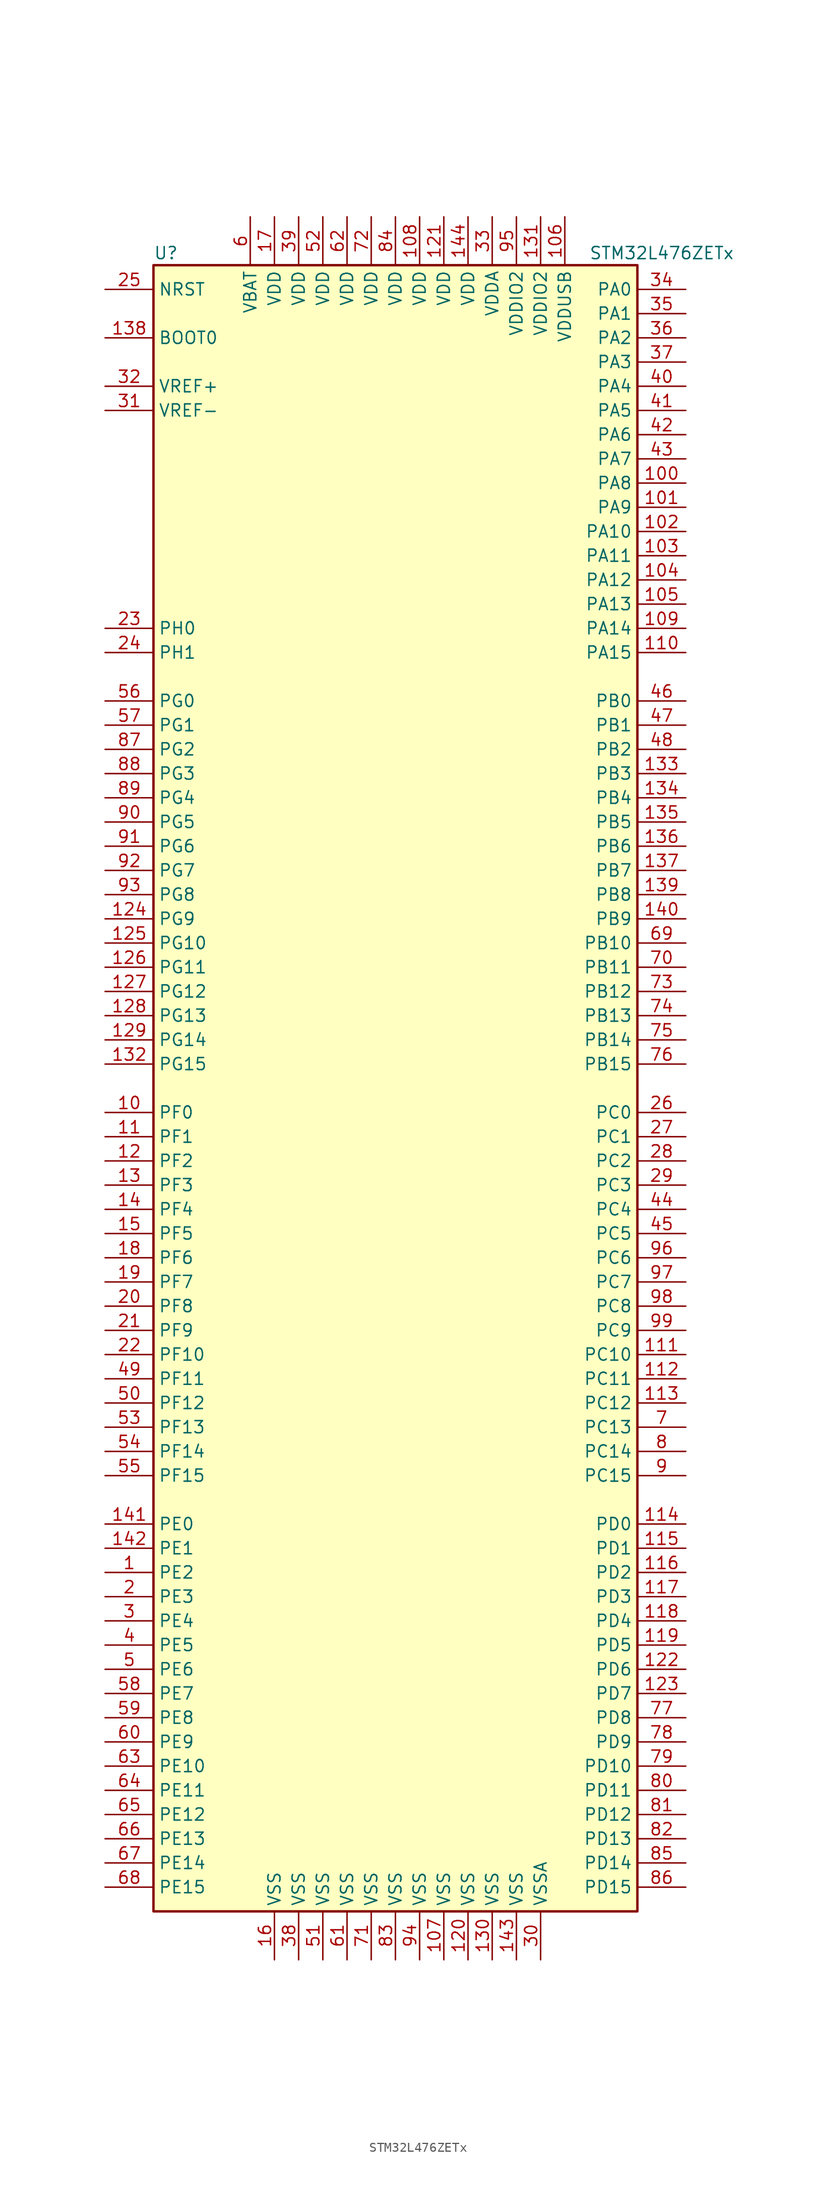
<source format=kicad_sym>
(kicad_symbol_lib
  (version 20220914)
  (generator kicad_symbol_editor)
  (symbol "STM32L476ZETx"
    (property "Reference" "U"
      (at -25.4 87.63 0)
      (effects (font (size 1.27 1.27)) (justify left)))
    (property "Value" "STM32L476ZETx"
      (at 20.32 87.63 0)
      (effects (font (size 1.27 1.27)) (justify left)))
    (symbol "STM32L476ZETx_0_1"
      (rectangle (start -25.4 -86.36) (end 25.4 86.36) (stroke (width 0.254) (type default)) (fill (type background))))
    (symbol "STM32L476ZETx_1_1"
      (pin bidirectional line (at -30.48 -50.8 0) (length 5.08) (name "PE2" (effects (font (size 1.27 1.27)))) (number "1" (effects (font (size 1.27 1.27)))))
      (pin bidirectional line (at -30.48 -2.54 0) (length 5.08) (name "PF0" (effects (font (size 1.27 1.27)))) (number "10" (effects (font (size 1.27 1.27)))))
      (pin bidirectional line (at 30.48 63.5 180) (length 5.08) (name "PA8" (effects (font (size 1.27 1.27)))) (number "100" (effects (font (size 1.27 1.27)))))
      (pin bidirectional line (at 30.48 60.96 180) (length 5.08) (name "PA9" (effects (font (size 1.27 1.27)))) (number "101" (effects (font (size 1.27 1.27)))))
      (pin bidirectional line (at 30.48 58.42 180) (length 5.08) (name "PA10" (effects (font (size 1.27 1.27)))) (number "102" (effects (font (size 1.27 1.27)))))
      (pin bidirectional line (at 30.48 55.88 180) (length 5.08) (name "PA11" (effects (font (size 1.27 1.27)))) (number "103" (effects (font (size 1.27 1.27)))))
      (pin bidirectional line (at 30.48 53.34 180) (length 5.08) (name "PA12" (effects (font (size 1.27 1.27)))) (number "104" (effects (font (size 1.27 1.27)))))
      (pin bidirectional line (at 30.48 50.8 180) (length 5.08) (name "PA13" (effects (font (size 1.27 1.27)))) (number "105" (effects (font (size 1.27 1.27)))))
      (pin power_in line (at 17.78 91.44 270) (length 5.08) (name "VDDUSB" (effects (font (size 1.27 1.27)))) (number "106" (effects (font (size 1.27 1.27)))))
      (pin power_in line (at 5.08 -91.44 90) (length 5.08) (name "VSS" (effects (font (size 1.27 1.27)))) (number "107" (effects (font (size 1.27 1.27)))))
      (pin power_in line (at 2.54 91.44 270) (length 5.08) (name "VDD" (effects (font (size 1.27 1.27)))) (number "108" (effects (font (size 1.27 1.27)))))
      (pin bidirectional line (at 30.48 48.26 180) (length 5.08) (name "PA14" (effects (font (size 1.27 1.27)))) (number "109" (effects (font (size 1.27 1.27)))))
      (pin bidirectional line (at -30.48 -5.08 0) (length 5.08) (name "PF1" (effects (font (size 1.27 1.27)))) (number "11" (effects (font (size 1.27 1.27)))))
      (pin bidirectional line (at 30.48 45.72 180) (length 5.08) (name "PA15" (effects (font (size 1.27 1.27)))) (number "110" (effects (font (size 1.27 1.27)))))
      (pin bidirectional line (at 30.48 -27.94 180) (length 5.08) (name "PC10" (effects (font (size 1.27 1.27)))) (number "111" (effects (font (size 1.27 1.27)))))
      (pin bidirectional line (at 30.48 -30.48 180) (length 5.08) (name "PC11" (effects (font (size 1.27 1.27)))) (number "112" (effects (font (size 1.27 1.27)))))
      (pin bidirectional line (at 30.48 -33.02 180) (length 5.08) (name "PC12" (effects (font (size 1.27 1.27)))) (number "113" (effects (font (size 1.27 1.27)))))
      (pin bidirectional line (at 30.48 -45.72 180) (length 5.08) (name "PD0" (effects (font (size 1.27 1.27)))) (number "114" (effects (font (size 1.27 1.27)))))
      (pin bidirectional line (at 30.48 -48.26 180) (length 5.08) (name "PD1" (effects (font (size 1.27 1.27)))) (number "115" (effects (font (size 1.27 1.27)))))
      (pin bidirectional line (at 30.48 -50.8 180) (length 5.08) (name "PD2" (effects (font (size 1.27 1.27)))) (number "116" (effects (font (size 1.27 1.27)))))
      (pin bidirectional line (at 30.48 -53.34 180) (length 5.08) (name "PD3" (effects (font (size 1.27 1.27)))) (number "117" (effects (font (size 1.27 1.27)))))
      (pin bidirectional line (at 30.48 -55.88 180) (length 5.08) (name "PD4" (effects (font (size 1.27 1.27)))) (number "118" (effects (font (size 1.27 1.27)))))
      (pin bidirectional line (at 30.48 -58.42 180) (length 5.08) (name "PD5" (effects (font (size 1.27 1.27)))) (number "119" (effects (font (size 1.27 1.27)))))
      (pin bidirectional line (at -30.48 -7.62 0) (length 5.08) (name "PF2" (effects (font (size 1.27 1.27)))) (number "12" (effects (font (size 1.27 1.27)))))
      (pin power_in line (at 7.62 -91.44 90) (length 5.08) (name "VSS" (effects (font (size 1.27 1.27)))) (number "120" (effects (font (size 1.27 1.27)))))
      (pin power_in line (at 5.08 91.44 270) (length 5.08) (name "VDD" (effects (font (size 1.27 1.27)))) (number "121" (effects (font (size 1.27 1.27)))))
      (pin bidirectional line (at 30.48 -60.96 180) (length 5.08) (name "PD6" (effects (font (size 1.27 1.27)))) (number "122" (effects (font (size 1.27 1.27)))))
      (pin bidirectional line (at 30.48 -63.5 180) (length 5.08) (name "PD7" (effects (font (size 1.27 1.27)))) (number "123" (effects (font (size 1.27 1.27)))))
      (pin bidirectional line (at -30.48 17.78 0) (length 5.08) (name "PG9" (effects (font (size 1.27 1.27)))) (number "124" (effects (font (size 1.27 1.27)))))
      (pin bidirectional line (at -30.48 15.24 0) (length 5.08) (name "PG10" (effects (font (size 1.27 1.27)))) (number "125" (effects (font (size 1.27 1.27)))))
      (pin bidirectional line (at -30.48 12.7 0) (length 5.08) (name "PG11" (effects (font (size 1.27 1.27)))) (number "126" (effects (font (size 1.27 1.27)))))
      (pin bidirectional line (at -30.48 10.16 0) (length 5.08) (name "PG12" (effects (font (size 1.27 1.27)))) (number "127" (effects (font (size 1.27 1.27)))))
      (pin bidirectional line (at -30.48 7.62 0) (length 5.08) (name "PG13" (effects (font (size 1.27 1.27)))) (number "128" (effects (font (size 1.27 1.27)))))
      (pin bidirectional line (at -30.48 5.08 0) (length 5.08) (name "PG14" (effects (font (size 1.27 1.27)))) (number "129" (effects (font (size 1.27 1.27)))))
      (pin bidirectional line (at -30.48 -10.16 0) (length 5.08) (name "PF3" (effects (font (size 1.27 1.27)))) (number "13" (effects (font (size 1.27 1.27)))))
      (pin power_in line (at 10.16 -91.44 90) (length 5.08) (name "VSS" (effects (font (size 1.27 1.27)))) (number "130" (effects (font (size 1.27 1.27)))))
      (pin power_in line (at 15.24 91.44 270) (length 5.08) (name "VDDIO2" (effects (font (size 1.27 1.27)))) (number "131" (effects (font (size 1.27 1.27)))))
      (pin bidirectional line (at -30.48 2.54 0) (length 5.08) (name "PG15" (effects (font (size 1.27 1.27)))) (number "132" (effects (font (size 1.27 1.27)))))
      (pin bidirectional line (at 30.48 33.02 180) (length 5.08) (name "PB3" (effects (font (size 1.27 1.27)))) (number "133" (effects (font (size 1.27 1.27)))))
      (pin bidirectional line (at 30.48 30.48 180) (length 5.08) (name "PB4" (effects (font (size 1.27 1.27)))) (number "134" (effects (font (size 1.27 1.27)))))
      (pin bidirectional line (at 30.48 27.94 180) (length 5.08) (name "PB5" (effects (font (size 1.27 1.27)))) (number "135" (effects (font (size 1.27 1.27)))))
      (pin bidirectional line (at 30.48 25.4 180) (length 5.08) (name "PB6" (effects (font (size 1.27 1.27)))) (number "136" (effects (font (size 1.27 1.27)))))
      (pin bidirectional line (at 30.48 22.86 180) (length 5.08) (name "PB7" (effects (font (size 1.27 1.27)))) (number "137" (effects (font (size 1.27 1.27)))))
      (pin input line (at -30.48 78.74 0) (length 5.08) (name "BOOT0" (effects (font (size 1.27 1.27)))) (number "138" (effects (font (size 1.27 1.27)))))
      (pin bidirectional line (at 30.48 20.32 180) (length 5.08) (name "PB8" (effects (font (size 1.27 1.27)))) (number "139" (effects (font (size 1.27 1.27)))))
      (pin bidirectional line (at -30.48 -12.7 0) (length 5.08) (name "PF4" (effects (font (size 1.27 1.27)))) (number "14" (effects (font (size 1.27 1.27)))))
      (pin bidirectional line (at 30.48 17.78 180) (length 5.08) (name "PB9" (effects (font (size 1.27 1.27)))) (number "140" (effects (font (size 1.27 1.27)))))
      (pin bidirectional line (at -30.48 -45.72 0) (length 5.08) (name "PE0" (effects (font (size 1.27 1.27)))) (number "141" (effects (font (size 1.27 1.27)))))
      (pin bidirectional line (at -30.48 -48.26 0) (length 5.08) (name "PE1" (effects (font (size 1.27 1.27)))) (number "142" (effects (font (size 1.27 1.27)))))
      (pin power_in line (at 12.7 -91.44 90) (length 5.08) (name "VSS" (effects (font (size 1.27 1.27)))) (number "143" (effects (font (size 1.27 1.27)))))
      (pin power_in line (at 7.62 91.44 270) (length 5.08) (name "VDD" (effects (font (size 1.27 1.27)))) (number "144" (effects (font (size 1.27 1.27)))))
      (pin bidirectional line (at -30.48 -15.24 0) (length 5.08) (name "PF5" (effects (font (size 1.27 1.27)))) (number "15" (effects (font (size 1.27 1.27)))))
      (pin power_in line (at -12.7 -91.44 90) (length 5.08) (name "VSS" (effects (font (size 1.27 1.27)))) (number "16" (effects (font (size 1.27 1.27)))))
      (pin power_in line (at -12.7 91.44 270) (length 5.08) (name "VDD" (effects (font (size 1.27 1.27)))) (number "17" (effects (font (size 1.27 1.27)))))
      (pin bidirectional line (at -30.48 -17.78 0) (length 5.08) (name "PF6" (effects (font (size 1.27 1.27)))) (number "18" (effects (font (size 1.27 1.27)))))
      (pin bidirectional line (at -30.48 -20.32 0) (length 5.08) (name "PF7" (effects (font (size 1.27 1.27)))) (number "19" (effects (font (size 1.27 1.27)))))
      (pin bidirectional line (at -30.48 -53.34 0) (length 5.08) (name "PE3" (effects (font (size 1.27 1.27)))) (number "2" (effects (font (size 1.27 1.27)))))
      (pin bidirectional line (at -30.48 -22.86 0) (length 5.08) (name "PF8" (effects (font (size 1.27 1.27)))) (number "20" (effects (font (size 1.27 1.27)))))
      (pin bidirectional line (at -30.48 -25.4 0) (length 5.08) (name "PF9" (effects (font (size 1.27 1.27)))) (number "21" (effects (font (size 1.27 1.27)))))
      (pin bidirectional line (at -30.48 -27.94 0) (length 5.08) (name "PF10" (effects (font (size 1.27 1.27)))) (number "22" (effects (font (size 1.27 1.27)))))
      (pin input line (at -30.48 48.26 0) (length 5.08) (name "PH0" (effects (font (size 1.27 1.27)))) (number "23" (effects (font (size 1.27 1.27)))))
      (pin input line (at -30.48 45.72 0) (length 5.08) (name "PH1" (effects (font (size 1.27 1.27)))) (number "24" (effects (font (size 1.27 1.27)))))
      (pin input line (at -30.48 83.82 0) (length 5.08) (name "NRST" (effects (font (size 1.27 1.27)))) (number "25" (effects (font (size 1.27 1.27)))))
      (pin bidirectional line (at 30.48 -2.54 180) (length 5.08) (name "PC0" (effects (font (size 1.27 1.27)))) (number "26" (effects (font (size 1.27 1.27)))))
      (pin bidirectional line (at 30.48 -5.08 180) (length 5.08) (name "PC1" (effects (font (size 1.27 1.27)))) (number "27" (effects (font (size 1.27 1.27)))))
      (pin bidirectional line (at 30.48 -7.62 180) (length 5.08) (name "PC2" (effects (font (size 1.27 1.27)))) (number "28" (effects (font (size 1.27 1.27)))))
      (pin bidirectional line (at 30.48 -10.16 180) (length 5.08) (name "PC3" (effects (font (size 1.27 1.27)))) (number "29" (effects (font (size 1.27 1.27)))))
      (pin bidirectional line (at -30.48 -55.88 0) (length 5.08) (name "PE4" (effects (font (size 1.27 1.27)))) (number "3" (effects (font (size 1.27 1.27)))))
      (pin power_in line (at 15.24 -91.44 90) (length 5.08) (name "VSSA" (effects (font (size 1.27 1.27)))) (number "30" (effects (font (size 1.27 1.27)))))
      (pin power_in line (at -30.48 71.12 0) (length 5.08) (name "VREF-" (effects (font (size 1.27 1.27)))) (number "31" (effects (font (size 1.27 1.27)))))
      (pin bidirectional line (at -30.48 73.66 0) (length 5.08) (name "VREF+" (effects (font (size 1.27 1.27)))) (number "32" (effects (font (size 1.27 1.27)))))
      (pin power_in line (at 10.16 91.44 270) (length 5.08) (name "VDDA" (effects (font (size 1.27 1.27)))) (number "33" (effects (font (size 1.27 1.27)))))
      (pin bidirectional line (at 30.48 83.82 180) (length 5.08) (name "PA0" (effects (font (size 1.27 1.27)))) (number "34" (effects (font (size 1.27 1.27)))))
      (pin bidirectional line (at 30.48 81.28 180) (length 5.08) (name "PA1" (effects (font (size 1.27 1.27)))) (number "35" (effects (font (size 1.27 1.27)))))
      (pin bidirectional line (at 30.48 78.74 180) (length 5.08) (name "PA2" (effects (font (size 1.27 1.27)))) (number "36" (effects (font (size 1.27 1.27)))))
      (pin bidirectional line (at 30.48 76.2 180) (length 5.08) (name "PA3" (effects (font (size 1.27 1.27)))) (number "37" (effects (font (size 1.27 1.27)))))
      (pin power_in line (at -10.16 -91.44 90) (length 5.08) (name "VSS" (effects (font (size 1.27 1.27)))) (number "38" (effects (font (size 1.27 1.27)))))
      (pin power_in line (at -10.16 91.44 270) (length 5.08) (name "VDD" (effects (font (size 1.27 1.27)))) (number "39" (effects (font (size 1.27 1.27)))))
      (pin bidirectional line (at -30.48 -58.42 0) (length 5.08) (name "PE5" (effects (font (size 1.27 1.27)))) (number "4" (effects (font (size 1.27 1.27)))))
      (pin bidirectional line (at 30.48 73.66 180) (length 5.08) (name "PA4" (effects (font (size 1.27 1.27)))) (number "40" (effects (font (size 1.27 1.27)))))
      (pin bidirectional line (at 30.48 71.12 180) (length 5.08) (name "PA5" (effects (font (size 1.27 1.27)))) (number "41" (effects (font (size 1.27 1.27)))))
      (pin bidirectional line (at 30.48 68.58 180) (length 5.08) (name "PA6" (effects (font (size 1.27 1.27)))) (number "42" (effects (font (size 1.27 1.27)))))
      (pin bidirectional line (at 30.48 66.04 180) (length 5.08) (name "PA7" (effects (font (size 1.27 1.27)))) (number "43" (effects (font (size 1.27 1.27)))))
      (pin bidirectional line (at 30.48 -12.7 180) (length 5.08) (name "PC4" (effects (font (size 1.27 1.27)))) (number "44" (effects (font (size 1.27 1.27)))))
      (pin bidirectional line (at 30.48 -15.24 180) (length 5.08) (name "PC5" (effects (font (size 1.27 1.27)))) (number "45" (effects (font (size 1.27 1.27)))))
      (pin bidirectional line (at 30.48 40.64 180) (length 5.08) (name "PB0" (effects (font (size 1.27 1.27)))) (number "46" (effects (font (size 1.27 1.27)))))
      (pin bidirectional line (at 30.48 38.1 180) (length 5.08) (name "PB1" (effects (font (size 1.27 1.27)))) (number "47" (effects (font (size 1.27 1.27)))))
      (pin bidirectional line (at 30.48 35.56 180) (length 5.08) (name "PB2" (effects (font (size 1.27 1.27)))) (number "48" (effects (font (size 1.27 1.27)))))
      (pin bidirectional line (at -30.48 -30.48 0) (length 5.08) (name "PF11" (effects (font (size 1.27 1.27)))) (number "49" (effects (font (size 1.27 1.27)))))
      (pin bidirectional line (at -30.48 -60.96 0) (length 5.08) (name "PE6" (effects (font (size 1.27 1.27)))) (number "5" (effects (font (size 1.27 1.27)))))
      (pin bidirectional line (at -30.48 -33.02 0) (length 5.08) (name "PF12" (effects (font (size 1.27 1.27)))) (number "50" (effects (font (size 1.27 1.27)))))
      (pin power_in line (at -7.62 -91.44 90) (length 5.08) (name "VSS" (effects (font (size 1.27 1.27)))) (number "51" (effects (font (size 1.27 1.27)))))
      (pin power_in line (at -7.62 91.44 270) (length 5.08) (name "VDD" (effects (font (size 1.27 1.27)))) (number "52" (effects (font (size 1.27 1.27)))))
      (pin bidirectional line (at -30.48 -35.56 0) (length 5.08) (name "PF13" (effects (font (size 1.27 1.27)))) (number "53" (effects (font (size 1.27 1.27)))))
      (pin bidirectional line (at -30.48 -38.1 0) (length 5.08) (name "PF14" (effects (font (size 1.27 1.27)))) (number "54" (effects (font (size 1.27 1.27)))))
      (pin bidirectional line (at -30.48 -40.64 0) (length 5.08) (name "PF15" (effects (font (size 1.27 1.27)))) (number "55" (effects (font (size 1.27 1.27)))))
      (pin bidirectional line (at -30.48 40.64 0) (length 5.08) (name "PG0" (effects (font (size 1.27 1.27)))) (number "56" (effects (font (size 1.27 1.27)))))
      (pin bidirectional line (at -30.48 38.1 0) (length 5.08) (name "PG1" (effects (font (size 1.27 1.27)))) (number "57" (effects (font (size 1.27 1.27)))))
      (pin bidirectional line (at -30.48 -63.5 0) (length 5.08) (name "PE7" (effects (font (size 1.27 1.27)))) (number "58" (effects (font (size 1.27 1.27)))))
      (pin bidirectional line (at -30.48 -66.04 0) (length 5.08) (name "PE8" (effects (font (size 1.27 1.27)))) (number "59" (effects (font (size 1.27 1.27)))))
      (pin power_in line (at -15.24 91.44 270) (length 5.08) (name "VBAT" (effects (font (size 1.27 1.27)))) (number "6" (effects (font (size 1.27 1.27)))))
      (pin bidirectional line (at -30.48 -68.58 0) (length 5.08) (name "PE9" (effects (font (size 1.27 1.27)))) (number "60" (effects (font (size 1.27 1.27)))))
      (pin power_in line (at -5.08 -91.44 90) (length 5.08) (name "VSS" (effects (font (size 1.27 1.27)))) (number "61" (effects (font (size 1.27 1.27)))))
      (pin power_in line (at -5.08 91.44 270) (length 5.08) (name "VDD" (effects (font (size 1.27 1.27)))) (number "62" (effects (font (size 1.27 1.27)))))
      (pin bidirectional line (at -30.48 -71.12 0) (length 5.08) (name "PE10" (effects (font (size 1.27 1.27)))) (number "63" (effects (font (size 1.27 1.27)))))
      (pin bidirectional line (at -30.48 -73.66 0) (length 5.08) (name "PE11" (effects (font (size 1.27 1.27)))) (number "64" (effects (font (size 1.27 1.27)))))
      (pin bidirectional line (at -30.48 -76.2 0) (length 5.08) (name "PE12" (effects (font (size 1.27 1.27)))) (number "65" (effects (font (size 1.27 1.27)))))
      (pin bidirectional line (at -30.48 -78.74 0) (length 5.08) (name "PE13" (effects (font (size 1.27 1.27)))) (number "66" (effects (font (size 1.27 1.27)))))
      (pin bidirectional line (at -30.48 -81.28 0) (length 5.08) (name "PE14" (effects (font (size 1.27 1.27)))) (number "67" (effects (font (size 1.27 1.27)))))
      (pin bidirectional line (at -30.48 -83.82 0) (length 5.08) (name "PE15" (effects (font (size 1.27 1.27)))) (number "68" (effects (font (size 1.27 1.27)))))
      (pin bidirectional line (at 30.48 15.24 180) (length 5.08) (name "PB10" (effects (font (size 1.27 1.27)))) (number "69" (effects (font (size 1.27 1.27)))))
      (pin bidirectional line (at 30.48 -35.56 180) (length 5.08) (name "PC13" (effects (font (size 1.27 1.27)))) (number "7" (effects (font (size 1.27 1.27)))))
      (pin bidirectional line (at 30.48 12.7 180) (length 5.08) (name "PB11" (effects (font (size 1.27 1.27)))) (number "70" (effects (font (size 1.27 1.27)))))
      (pin power_in line (at -2.54 -91.44 90) (length 5.08) (name "VSS" (effects (font (size 1.27 1.27)))) (number "71" (effects (font (size 1.27 1.27)))))
      (pin power_in line (at -2.54 91.44 270) (length 5.08) (name "VDD" (effects (font (size 1.27 1.27)))) (number "72" (effects (font (size 1.27 1.27)))))
      (pin bidirectional line (at 30.48 10.16 180) (length 5.08) (name "PB12" (effects (font (size 1.27 1.27)))) (number "73" (effects (font (size 1.27 1.27)))))
      (pin bidirectional line (at 30.48 7.62 180) (length 5.08) (name "PB13" (effects (font (size 1.27 1.27)))) (number "74" (effects (font (size 1.27 1.27)))))
      (pin bidirectional line (at 30.48 5.08 180) (length 5.08) (name "PB14" (effects (font (size 1.27 1.27)))) (number "75" (effects (font (size 1.27 1.27)))))
      (pin bidirectional line (at 30.48 2.54 180) (length 5.08) (name "PB15" (effects (font (size 1.27 1.27)))) (number "76" (effects (font (size 1.27 1.27)))))
      (pin bidirectional line (at 30.48 -66.04 180) (length 5.08) (name "PD8" (effects (font (size 1.27 1.27)))) (number "77" (effects (font (size 1.27 1.27)))))
      (pin bidirectional line (at 30.48 -68.58 180) (length 5.08) (name "PD9" (effects (font (size 1.27 1.27)))) (number "78" (effects (font (size 1.27 1.27)))))
      (pin bidirectional line (at 30.48 -71.12 180) (length 5.08) (name "PD10" (effects (font (size 1.27 1.27)))) (number "79" (effects (font (size 1.27 1.27)))))
      (pin bidirectional line (at 30.48 -38.1 180) (length 5.08) (name "PC14" (effects (font (size 1.27 1.27)))) (number "8" (effects (font (size 1.27 1.27)))))
      (pin bidirectional line (at 30.48 -73.66 180) (length 5.08) (name "PD11" (effects (font (size 1.27 1.27)))) (number "80" (effects (font (size 1.27 1.27)))))
      (pin bidirectional line (at 30.48 -76.2 180) (length 5.08) (name "PD12" (effects (font (size 1.27 1.27)))) (number "81" (effects (font (size 1.27 1.27)))))
      (pin bidirectional line (at 30.48 -78.74 180) (length 5.08) (name "PD13" (effects (font (size 1.27 1.27)))) (number "82" (effects (font (size 1.27 1.27)))))
      (pin power_in line (at 0 -91.44 90) (length 5.08) (name "VSS" (effects (font (size 1.27 1.27)))) (number "83" (effects (font (size 1.27 1.27)))))
      (pin power_in line (at 0 91.44 270) (length 5.08) (name "VDD" (effects (font (size 1.27 1.27)))) (number "84" (effects (font (size 1.27 1.27)))))
      (pin bidirectional line (at 30.48 -81.28 180) (length 5.08) (name "PD14" (effects (font (size 1.27 1.27)))) (number "85" (effects (font (size 1.27 1.27)))))
      (pin bidirectional line (at 30.48 -83.82 180) (length 5.08) (name "PD15" (effects (font (size 1.27 1.27)))) (number "86" (effects (font (size 1.27 1.27)))))
      (pin bidirectional line (at -30.48 35.56 0) (length 5.08) (name "PG2" (effects (font (size 1.27 1.27)))) (number "87" (effects (font (size 1.27 1.27)))))
      (pin bidirectional line (at -30.48 33.02 0) (length 5.08) (name "PG3" (effects (font (size 1.27 1.27)))) (number "88" (effects (font (size 1.27 1.27)))))
      (pin bidirectional line (at -30.48 30.48 0) (length 5.08) (name "PG4" (effects (font (size 1.27 1.27)))) (number "89" (effects (font (size 1.27 1.27)))))
      (pin bidirectional line (at 30.48 -40.64 180) (length 5.08) (name "PC15" (effects (font (size 1.27 1.27)))) (number "9" (effects (font (size 1.27 1.27)))))
      (pin bidirectional line (at -30.48 27.94 0) (length 5.08) (name "PG5" (effects (font (size 1.27 1.27)))) (number "90" (effects (font (size 1.27 1.27)))))
      (pin bidirectional line (at -30.48 25.4 0) (length 5.08) (name "PG6" (effects (font (size 1.27 1.27)))) (number "91" (effects (font (size 1.27 1.27)))))
      (pin bidirectional line (at -30.48 22.86 0) (length 5.08) (name "PG7" (effects (font (size 1.27 1.27)))) (number "92" (effects (font (size 1.27 1.27)))))
      (pin bidirectional line (at -30.48 20.32 0) (length 5.08) (name "PG8" (effects (font (size 1.27 1.27)))) (number "93" (effects (font (size 1.27 1.27)))))
      (pin power_in line (at 2.54 -91.44 90) (length 5.08) (name "VSS" (effects (font (size 1.27 1.27)))) (number "94" (effects (font (size 1.27 1.27)))))
      (pin power_in line (at 12.7 91.44 270) (length 5.08) (name "VDDIO2" (effects (font (size 1.27 1.27)))) (number "95" (effects (font (size 1.27 1.27)))))
      (pin bidirectional line (at 30.48 -17.78 180) (length 5.08) (name "PC6" (effects (font (size 1.27 1.27)))) (number "96" (effects (font (size 1.27 1.27)))))
      (pin bidirectional line (at 30.48 -20.32 180) (length 5.08) (name "PC7" (effects (font (size 1.27 1.27)))) (number "97" (effects (font (size 1.27 1.27)))))
      (pin bidirectional line (at 30.48 -22.86 180) (length 5.08) (name "PC8" (effects (font (size 1.27 1.27)))) (number "98" (effects (font (size 1.27 1.27)))))
      (pin bidirectional line (at 30.48 -25.4 180) (length 5.08) (name "PC9" (effects (font (size 1.27 1.27)))) (number "99" (effects (font (size 1.27 1.27))))))))
</source>
